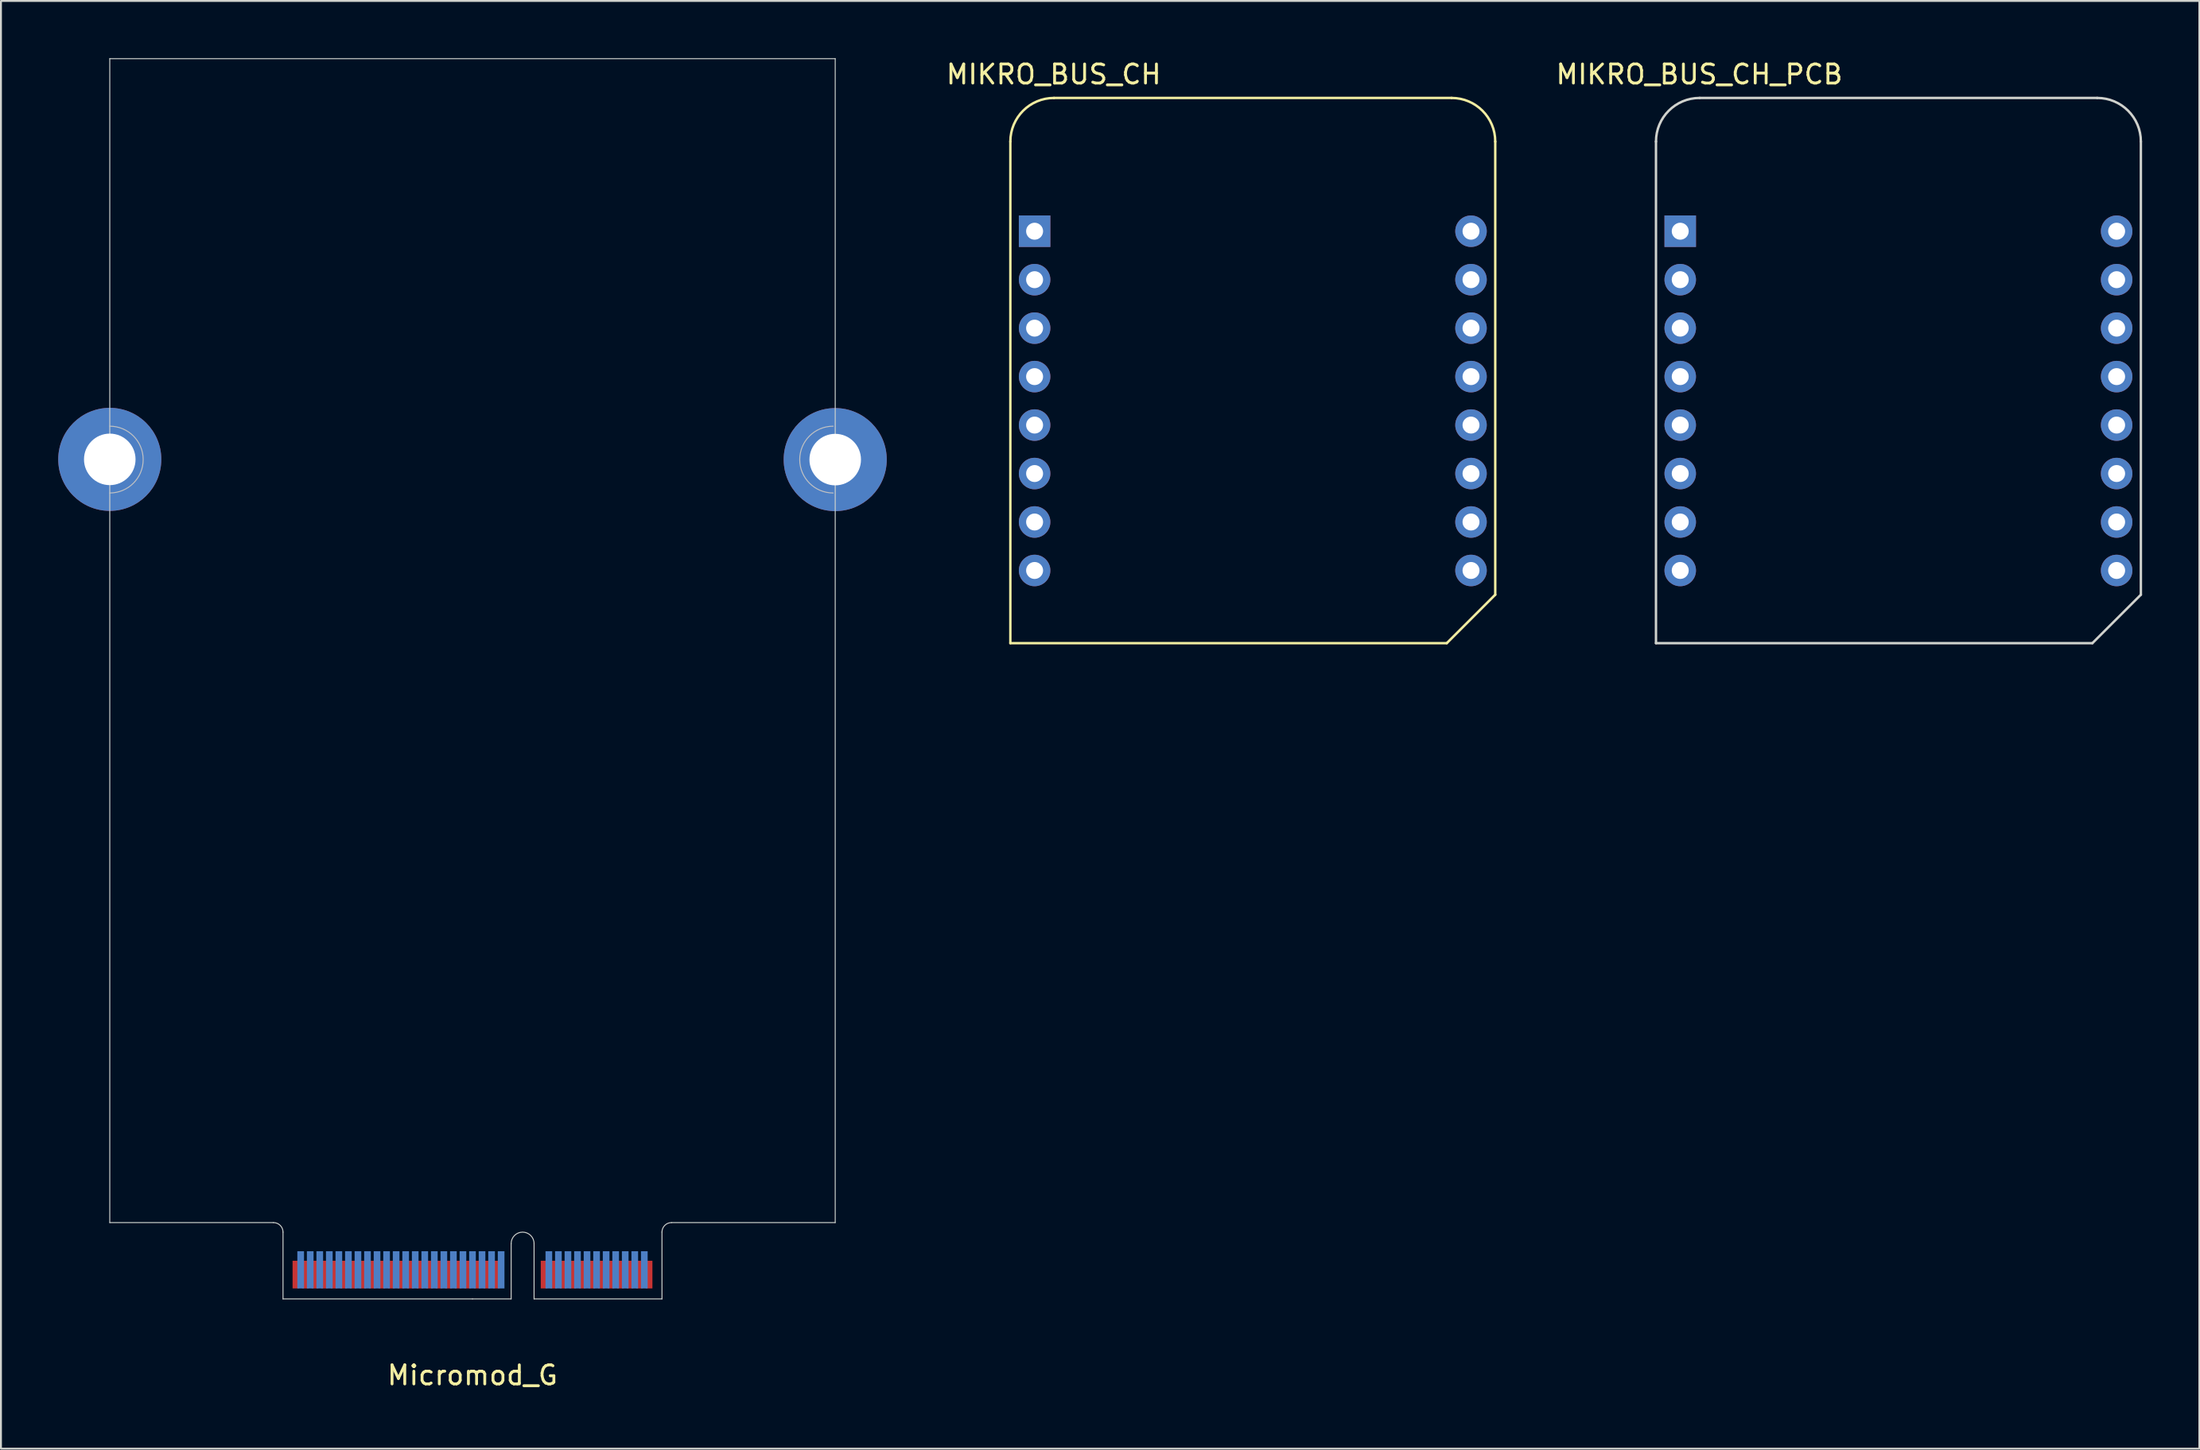
<source format=kicad_pcb>
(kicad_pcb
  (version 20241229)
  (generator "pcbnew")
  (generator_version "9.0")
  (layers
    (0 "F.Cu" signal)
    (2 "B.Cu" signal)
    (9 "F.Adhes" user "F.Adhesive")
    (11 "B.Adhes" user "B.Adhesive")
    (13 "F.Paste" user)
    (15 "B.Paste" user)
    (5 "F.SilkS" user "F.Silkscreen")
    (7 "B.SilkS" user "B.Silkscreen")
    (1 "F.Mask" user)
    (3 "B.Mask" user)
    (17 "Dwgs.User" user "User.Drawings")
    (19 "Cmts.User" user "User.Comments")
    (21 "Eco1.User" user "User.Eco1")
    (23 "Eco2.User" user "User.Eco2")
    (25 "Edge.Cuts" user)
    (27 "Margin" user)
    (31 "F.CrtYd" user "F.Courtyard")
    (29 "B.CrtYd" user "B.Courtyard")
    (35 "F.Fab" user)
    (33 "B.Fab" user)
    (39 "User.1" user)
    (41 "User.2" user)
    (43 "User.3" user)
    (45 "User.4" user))
  (footprint "Micromod_G"
    (layer "F.Cu")
    (at 21.7 65.025)
    (property "Reference" "Micromod_G" (at 0 4 0) (layer "F.SilkS") (effects (font (size 1 1) (thickness 0.15))))
    (attr through_hole)
    (fp_poly (pts (xy -9.925 0) (xy 2.025 0) (xy 2.025 -2) (xy -9.925 -2)) (stroke (width 0.1) (type solid)) (fill yes) (layer "F.Mask"))
    (fp_poly (pts (xy 3.225 0) (xy 9.925 0) (xy 9.925 -2) (xy 3.225 -2)) (stroke (width 0.1) (type solid)) (fill yes) (layer "F.Mask"))
    (fp_poly (pts (xy -9.925 0) (xy 2.025 0) (xy 2.025 -2.5) (xy -9.925 -2.5)) (stroke (width 0.1) (type solid)) (fill yes) (layer "B.Mask"))
    (fp_poly (pts (xy 3.225 0) (xy 9.925 0) (xy 9.925 -2.5) (xy 3.225 -2.5)) (stroke (width 0.1) (type solid)) (fill yes) (layer "B.Mask"))
    (fp_arc (start -19 -45.7382) (mid -17.25 -43.9882) (end -19 -42.2382) (stroke (width 0.0508) (type solid)) (layer "Dwgs.User"))
    (fp_arc (start 18.8906 -42.2382) (mid 17.1406 -43.9882) (end 18.8906 -45.7382) (stroke (width 0.0508) (type solid)) (layer "Dwgs.User"))
    (fp_line (start -19 -65) (end 19 -65) (stroke (width 0.05) (type solid)) (layer "Edge.Cuts"))
    (fp_line (start -19 -4) (end -19 -65) (stroke (width 0.05) (type solid)) (layer "Edge.Cuts"))
    (fp_line (start -10.425 -4) (end -19 -4) (stroke (width 0.05) (type solid)) (layer "Edge.Cuts"))
    (fp_line (start -9.925 -3.5) (end -9.925 0) (stroke (width 0.05) (type solid)) (layer "Edge.Cuts"))
    (fp_line (start -9.925 0) (end 0 0) (stroke (width 0.05) (type solid)) (layer "Edge.Cuts"))
    (fp_line (start 0 0) (end 2.025 0) (stroke (width 0.05) (type solid)) (layer "Edge.Cuts"))
    (fp_line (start 2.025 0) (end 2.025 -2.9) (stroke (width 0.05) (type solid)) (layer "Edge.Cuts"))
    (fp_line (start 3.225 -2.9) (end 3.225 0) (stroke (width 0.05) (type solid)) (layer "Edge.Cuts"))
    (fp_line (start 3.225 0) (end 9.925 0) (stroke (width 0.05) (type solid)) (layer "Edge.Cuts"))
    (fp_line (start 9.925 0) (end 9.925 -3.5) (stroke (width 0.05) (type solid)) (layer "Edge.Cuts"))
    (fp_line (start 10.425 -4) (end 19 -4) (stroke (width 0.05) (type solid)) (layer "Edge.Cuts"))
    (fp_line (start 19 -4) (end 19 -65) (stroke (width 0.05) (type solid)) (layer "Edge.Cuts"))
    (fp_arc (start -10.425 -4) (mid -10.071447 -3.853553) (end -9.925 -3.5) (stroke (width 0.05) (type solid)) (layer "Edge.Cuts"))
    (fp_arc (start 2.025 -2.9) (mid 2.625 -3.5) (end 3.225 -2.9) (stroke (width 0.05) (type solid)) (layer "Edge.Cuts"))
    (fp_arc (start 9.925 -3.5) (mid 10.071447 -3.853553) (end 10.425 -4) (stroke (width 0.05) (type solid)) (layer "Edge.Cuts"))
    (pad "1" thru_hole circle (at -19 -44) (size 5.4 5.4) (drill 2.7) (layers "*.Cu" "*.Mask"))
    (pad "1" smd rect (at 9.25 -1.275) (size 0.35 1.45) (layers "F.Cu"))
    (pad "1" thru_hole circle (at 19 -43.988) (size 5.4 5.4) (drill 2.7) (layers "*.Cu" "*.Mask"))
    (pad "2" smd rect (at 9 -1.525) (size 0.35 1.95) (layers "B.Cu"))
    (pad "3" smd rect (at 8.75 -1.275) (size 0.35 1.45) (layers "F.Cu"))
    (pad "4" smd rect (at 8.5 -1.525) (size 0.35 1.95) (layers "B.Cu"))
    (pad "5" smd rect (at 8.25 -1.275) (size 0.35 1.45) (layers "F.Cu"))
    (pad "6" smd rect (at 8 -1.525) (size 0.35 1.95) (layers "B.Cu"))
    (pad "7" smd rect (at 7.75 -1.275) (size 0.35 1.45) (layers "F.Cu"))
    (pad "8" smd rect (at 7.5 -1.525) (size 0.35 1.95) (layers "B.Cu"))
    (pad "9" smd rect (at 7.25 -1.275) (size 0.35 1.45) (layers "F.Cu"))
    (pad "10" smd rect (at 7 -1.525) (size 0.35 1.95) (layers "B.Cu"))
    (pad "11" smd rect (at 6.75 -1.275) (size 0.35 1.45) (layers "F.Cu"))
    (pad "12" smd rect (at 6.5 -1.525) (size 0.35 1.95) (layers "B.Cu"))
    (pad "13" smd rect (at 6.25 -1.275) (size 0.35 1.45) (layers "F.Cu"))
    (pad "14" smd rect (at 6 -1.525) (size 0.35 1.95) (layers "B.Cu"))
    (pad "15" smd rect (at 5.75 -1.275) (size 0.35 1.45) (layers "F.Cu"))
    (pad "16" smd rect (at 5.5 -1.525) (size 0.35 1.95) (layers "B.Cu"))
    (pad "17" smd rect (at 5.25 -1.275) (size 0.35 1.45) (layers "F.Cu"))
    (pad "18" smd rect (at 5 -1.525) (size 0.35 1.95) (layers "B.Cu"))
    (pad "19" smd rect (at 4.75 -1.275) (size 0.35 1.45) (layers "F.Cu"))
    (pad "20" smd rect (at 4.5 -1.525) (size 0.35 1.95) (layers "B.Cu"))
    (pad "21" smd rect (at 4.25 -1.275) (size 0.35 1.45) (layers "F.Cu"))
    (pad "22" smd rect (at 4 -1.525) (size 0.35 1.95) (layers "B.Cu"))
    (pad "23" smd rect (at 3.75 -1.275) (size 0.35 1.45) (layers "F.Cu"))
    (pad "32" smd rect (at 1.5 -1.525) (size 0.35 1.95) (layers "B.Cu"))
    (pad "33" smd rect (at 1.25 -1.275) (size 0.35 1.45) (layers "F.Cu"))
    (pad "34" smd rect (at 1 -1.525) (size 0.35 1.95) (layers "B.Cu"))
    (pad "35" smd rect (at 0.75 -1.275) (size 0.35 1.45) (layers "F.Cu"))
    (pad "36" smd rect (at 0.5 -1.525) (size 0.35 1.95) (layers "B.Cu"))
    (pad "37" smd rect (at 0.25 -1.275) (size 0.35 1.45) (layers "F.Cu"))
    (pad "38" smd rect (at 0 -1.525) (size 0.35 1.95) (layers "B.Cu"))
    (pad "39" smd rect (at -0.25 -1.275) (size 0.35 1.45) (layers "F.Cu"))
    (pad "40" smd rect (at -0.5 -1.525) (size 0.35 1.95) (layers "B.Cu"))
    (pad "41" smd rect (at -0.75 -1.275) (size 0.35 1.45) (layers "F.Cu"))
    (pad "42" smd rect (at -1 -1.525) (size 0.35 1.95) (layers "B.Cu"))
    (pad "43" smd rect (at -1.25 -1.275) (size 0.35 1.45) (layers "F.Cu"))
    (pad "44" smd rect (at -1.5 -1.525) (size 0.35 1.95) (layers "B.Cu"))
    (pad "45" smd rect (at -1.75 -1.275) (size 0.35 1.45) (layers "F.Cu"))
    (pad "46" smd rect (at -2 -1.525) (size 0.35 1.95) (layers "B.Cu"))
    (pad "47" smd rect (at -2.25 -1.275) (size 0.35 1.45) (layers "F.Cu"))
    (pad "48" smd rect (at -2.5 -1.525) (size 0.35 1.95) (layers "B.Cu"))
    (pad "49" smd rect (at -2.75 -1.275) (size 0.35 1.45) (layers "F.Cu"))
    (pad "50" smd rect (at -3 -1.525) (size 0.35 1.95) (layers "B.Cu"))
    (pad "51" smd rect (at -3.25 -1.275) (size 0.35 1.45) (layers "F.Cu"))
    (pad "52" smd rect (at -3.5 -1.525) (size 0.35 1.95) (layers "B.Cu"))
    (pad "53" smd rect (at -3.75 -1.275) (size 0.35 1.45) (layers "F.Cu"))
    (pad "54" smd rect (at -4 -1.525) (size 0.35 1.95) (layers "B.Cu"))
    (pad "55" smd rect (at -4.25 -1.275) (size 0.35 1.45) (layers "F.Cu"))
    (pad "56" smd rect (at -4.5 -1.525) (size 0.35 1.95) (layers "B.Cu"))
    (pad "57" smd rect (at -4.75 -1.275) (size 0.35 1.45) (layers "F.Cu"))
    (pad "58" smd rect (at -5 -1.525) (size 0.35 1.95) (layers "B.Cu"))
    (pad "59" smd rect (at -5.25 -1.275) (size 0.35 1.45) (layers "F.Cu"))
    (pad "60" smd rect (at -5.5 -1.525) (size 0.35 1.95) (layers "B.Cu"))
    (pad "61" smd rect (at -5.75 -1.275) (size 0.35 1.45) (layers "F.Cu"))
    (pad "62" smd rect (at -6 -1.525) (size 0.35 1.95) (layers "B.Cu"))
    (pad "63" smd rect (at -6.25 -1.275) (size 0.35 1.45) (layers "F.Cu"))
    (pad "64" smd rect (at -6.5 -1.525) (size 0.35 1.95) (layers "B.Cu"))
    (pad "65" smd rect (at -6.75 -1.275) (size 0.35 1.45) (layers "F.Cu"))
    (pad "66" smd rect (at -7 -1.525) (size 0.35 1.95) (layers "B.Cu"))
    (pad "67" smd rect (at -7.25 -1.275) (size 0.35 1.45) (layers "F.Cu"))
    (pad "68" smd rect (at -7.5 -1.525) (size 0.35 1.95) (layers "B.Cu"))
    (pad "69" smd rect (at -7.75 -1.275) (size 0.35 1.45) (layers "F.Cu"))
    (pad "70" smd rect (at -8 -1.525) (size 0.35 1.95) (layers "B.Cu"))
    (pad "71" smd rect (at -8.25 -1.275) (size 0.35 1.45) (layers "F.Cu"))
    (pad "72" smd rect (at -8.5 -1.525) (size 0.35 1.95) (layers "B.Cu"))
    (pad "73" smd rect (at -8.75 -1.275) (size 0.35 1.45) (layers "F.Cu"))
    (pad "74" smd rect (at -9 -1.525) (size 0.35 1.95) (layers "B.Cu"))
    (pad "75" smd rect (at -9.25 -1.275) (size 0.35 1.45) (layers "F.Cu")))
  (footprint "MIKRO_BUS_CH"
    (layer "F.Cu")
    (at 51.144 26.848)
    (property "Reference" "MIKRO_BUS_CH" (at 1 -26 0) (layer "F.SilkS") (effects (font (size 1 1) (thickness 0.15))))
    (attr through_hole)
    (fp_line (start -1.27 3.81) (end -1.27 -22.479) (stroke (width 0.127) (type solid)) (layer "F.SilkS"))
    (fp_line (start -1.27 3.81) (end 21.59 3.81) (stroke (width 0.127) (type solid)) (layer "F.SilkS"))
    (fp_line (start 1.016 -24.765) (end 21.844 -24.765) (stroke (width 0.127) (type solid)) (layer "F.SilkS"))
    (fp_line (start 24.13 1.27) (end 21.59 3.81) (stroke (width 0.127) (type solid)) (layer "F.SilkS"))
    (fp_line (start 24.13 1.27) (end 24.13 -22.479) (stroke (width 0.127) (type solid)) (layer "F.SilkS"))
    (fp_arc (start -1.27 -22.479) (mid -0.600446 -24.095446) (end 1.016 -24.765) (stroke (width 0.127) (type solid)) (layer "F.SilkS"))
    (fp_arc (start 21.844 -24.765) (mid 23.460446 -24.095446) (end 24.13 -22.479) (stroke (width 0.127) (type solid)) (layer "F.SilkS"))
    (pad "1" thru_hole rect (at 0 -17.78) (size 1.651 1.651) (drill 0.889) (layers "*.Cu" "*.Mask"))
    (pad "2" thru_hole circle (at 0 -15.24) (size 1.651 1.651) (drill 0.889) (layers "*.Cu" "*.Mask"))
    (pad "3" thru_hole circle (at 0 -12.7) (size 1.651 1.651) (drill 0.889) (layers "*.Cu" "*.Mask"))
    (pad "4" thru_hole circle (at 0 -10.16) (size 1.651 1.651) (drill 0.889) (layers "*.Cu" "*.Mask"))
    (pad "5" thru_hole circle (at 0 -7.62) (size 1.651 1.651) (drill 0.889) (layers "*.Cu" "*.Mask"))
    (pad "6" thru_hole circle (at 0 -5.08) (size 1.651 1.651) (drill 0.889) (layers "*.Cu" "*.Mask"))
    (pad "7" thru_hole circle (at 0 -2.54) (size 1.651 1.651) (drill 0.889) (layers "*.Cu" "*.Mask"))
    (pad "8" thru_hole circle (at 0 0) (size 1.651 1.651) (drill 0.889) (layers "*.Cu" "*.Mask"))
    (pad "9" thru_hole circle (at 22.86 0) (size 1.651 1.651) (drill 0.889) (layers "*.Cu" "*.Mask"))
    (pad "10" thru_hole circle (at 22.86 -2.54) (size 1.651 1.651) (drill 0.889) (layers "*.Cu" "*.Mask"))
    (pad "11" thru_hole circle (at 22.86 -5.08) (size 1.651 1.651) (drill 0.889) (layers "*.Cu" "*.Mask"))
    (pad "12" thru_hole circle (at 22.86 -7.62) (size 1.651 1.651) (drill 0.889) (layers "*.Cu" "*.Mask"))
    (pad "13" thru_hole circle (at 22.86 -10.16) (size 1.651 1.651) (drill 0.889) (layers "*.Cu" "*.Mask"))
    (pad "14" thru_hole circle (at 22.86 -12.7) (size 1.651 1.651) (drill 0.889) (layers "*.Cu" "*.Mask"))
    (pad "15" thru_hole circle (at 22.86 -15.24) (size 1.651 1.651) (drill 0.889) (layers "*.Cu" "*.Mask"))
    (pad "16" thru_hole circle (at 22.86 -17.78) (size 1.651 1.651) (drill 0.889) (layers "*.Cu" "*.Mask")))
  (footprint "MIKRO_BUS_CH_PCB"
    (layer "F.Cu")
    (at 84.963 26.848)
    (property "Reference" "MIKRO_BUS_CH_PCB" (at 1 -26 0) (layer "F.SilkS") (effects (font (size 1 1) (thickness 0.15))))
    (attr through_hole)
    (fp_line (start -1.27 3.81) (end -1.27 -22.479) (stroke (width 0.127) (type solid)) (layer "Edge.Cuts"))
    (fp_line (start -1.27 3.81) (end 21.59 3.81) (stroke (width 0.127) (type solid)) (layer "Edge.Cuts"))
    (fp_line (start 1.016 -24.765) (end 21.844 -24.765) (stroke (width 0.127) (type solid)) (layer "Edge.Cuts"))
    (fp_line (start 24.13 1.27) (end 21.59 3.81) (stroke (width 0.127) (type solid)) (layer "Edge.Cuts"))
    (fp_line (start 24.13 1.27) (end 24.13 -22.479) (stroke (width 0.127) (type solid)) (layer "Edge.Cuts"))
    (fp_arc (start -1.27 -22.479) (mid -0.600446 -24.095446) (end 1.016 -24.765) (stroke (width 0.127) (type solid)) (layer "Edge.Cuts"))
    (fp_arc (start 21.844 -24.765) (mid 23.460446 -24.095446) (end 24.13 -22.479) (stroke (width 0.127) (type solid)) (layer "Edge.Cuts"))
    (pad "1" thru_hole rect (at 0 -17.78) (size 1.651 1.651) (drill 0.889) (layers "*.Cu" "*.Mask"))
    (pad "2" thru_hole circle (at 0 -15.24) (size 1.651 1.651) (drill 0.889) (layers "*.Cu" "*.Mask"))
    (pad "3" thru_hole circle (at 0 -12.7) (size 1.651 1.651) (drill 0.889) (layers "*.Cu" "*.Mask"))
    (pad "4" thru_hole circle (at 0 -10.16) (size 1.651 1.651) (drill 0.889) (layers "*.Cu" "*.Mask"))
    (pad "5" thru_hole circle (at 0 -7.62) (size 1.651 1.651) (drill 0.889) (layers "*.Cu" "*.Mask"))
    (pad "6" thru_hole circle (at 0 -5.08) (size 1.651 1.651) (drill 0.889) (layers "*.Cu" "*.Mask"))
    (pad "7" thru_hole circle (at 0 -2.54) (size 1.651 1.651) (drill 0.889) (layers "*.Cu" "*.Mask"))
    (pad "8" thru_hole circle (at 0 0) (size 1.651 1.651) (drill 0.889) (layers "*.Cu" "*.Mask"))
    (pad "9" thru_hole circle (at 22.86 0) (size 1.651 1.651) (drill 0.889) (layers "*.Cu" "*.Mask"))
    (pad "10" thru_hole circle (at 22.86 -2.54) (size 1.651 1.651) (drill 0.889) (layers "*.Cu" "*.Mask"))
    (pad "11" thru_hole circle (at 22.86 -5.08) (size 1.651 1.651) (drill 0.889) (layers "*.Cu" "*.Mask"))
    (pad "12" thru_hole circle (at 22.86 -7.62) (size 1.651 1.651) (drill 0.889) (layers "*.Cu" "*.Mask"))
    (pad "13" thru_hole circle (at 22.86 -10.16) (size 1.651 1.651) (drill 0.889) (layers "*.Cu" "*.Mask"))
    (pad "14" thru_hole circle (at 22.86 -12.7) (size 1.651 1.651) (drill 0.889) (layers "*.Cu" "*.Mask"))
    (pad "15" thru_hole circle (at 22.86 -15.24) (size 1.651 1.651) (drill 0.889) (layers "*.Cu" "*.Mask"))
    (pad "16" thru_hole circle (at 22.86 -17.78) (size 1.651 1.651) (drill 0.889) (layers "*.Cu" "*.Mask")))
  (gr_rect
    (start -3 -3)
    (end 112.156 72.873)
    (stroke (width 0.1) (type default))
    (fill no)
    (layer "Edge.Cuts")))
</source>
